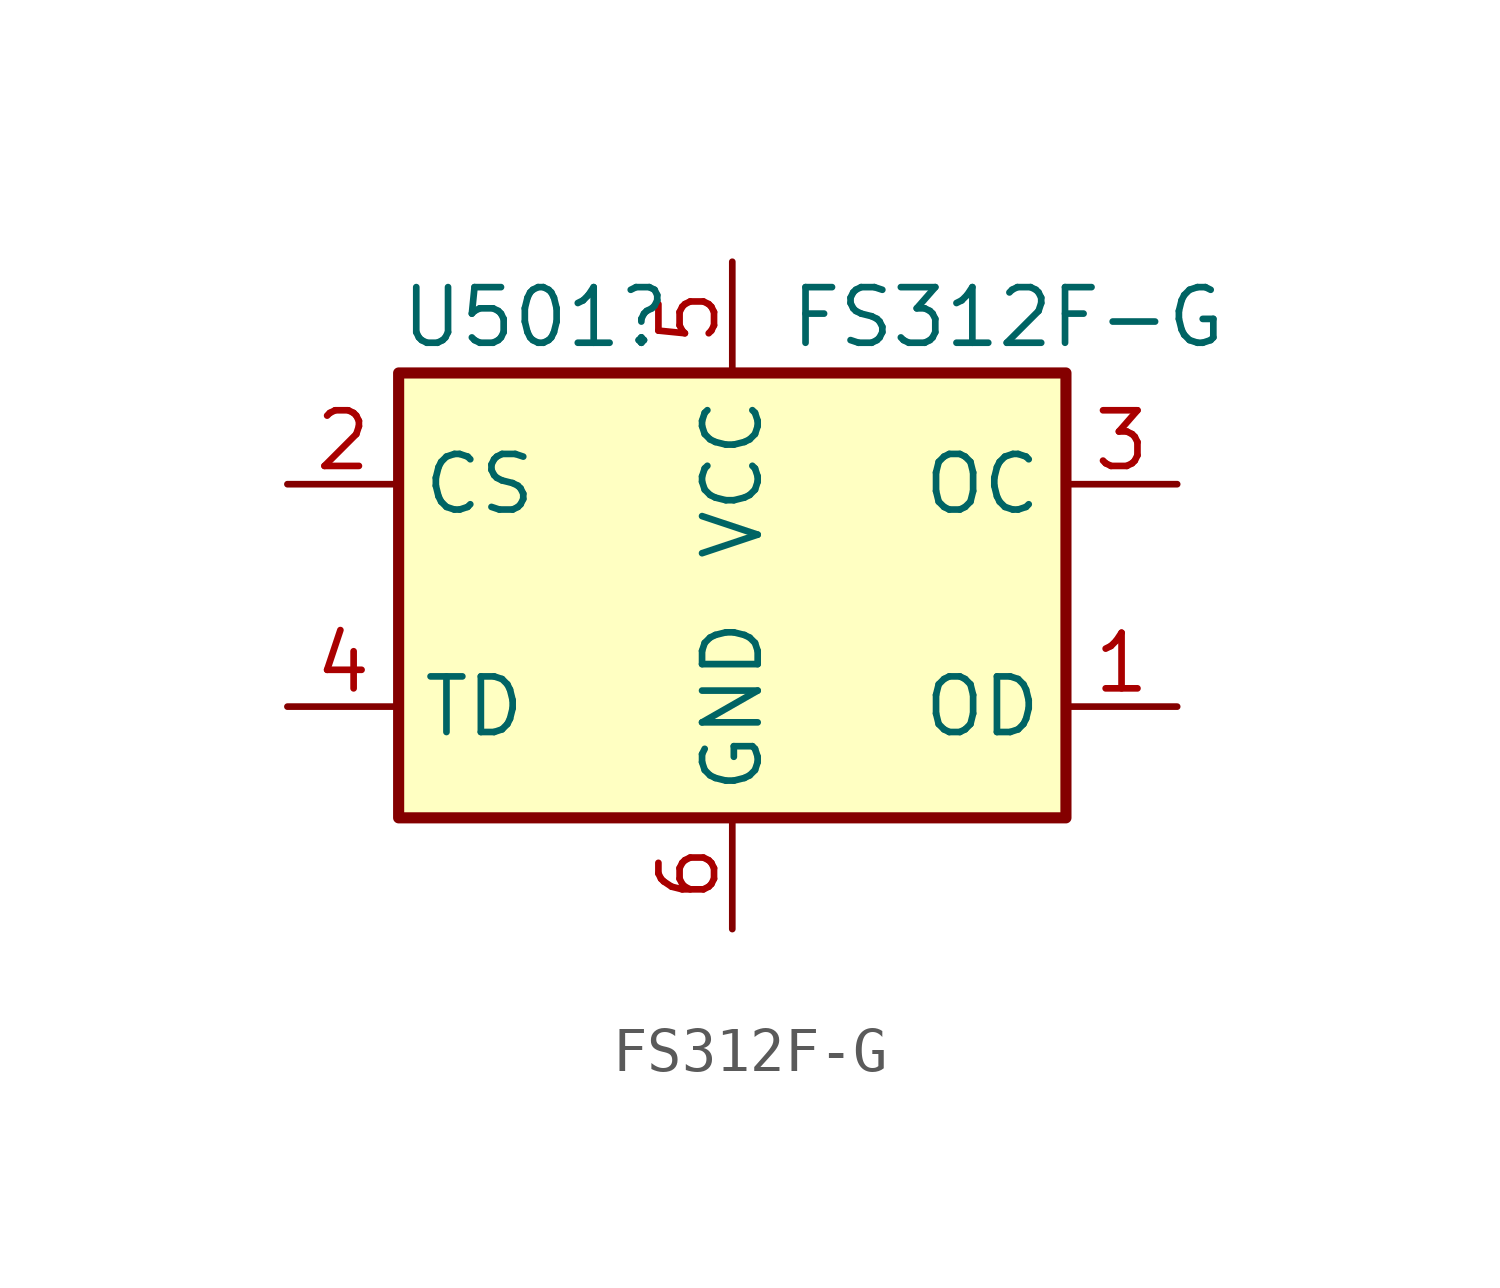
<source format=kicad_sym>
(kicad_symbol_lib
  (version 20220914)
  (generator kicad_symbol_editor)
  (symbol "FS312F-G"
    (property "Reference" "U501"
      (at -7.62 6.35 0)
      (effects (font (size 1.27 1.27)) (justify left)))
    (property "Value" "FS312F-G"
      (at 1.27 6.35 0)
      (effects (font (size 1.27 1.27)) (justify left)))
    (symbol "FS312F-G_0_1"
      (rectangle (start -7.62 5.08) (end 7.62 -5.08) (stroke (width 0.254) (type default)) (fill (type background))))
    (symbol "FS312F-G_1_1"
      (pin output line (at 10.16 -2.54 180) (length 2.54) (name "OD" (effects (font (size 1.27 1.27)))) (number "1" (effects (font (size 1.27 1.27)))))
      (pin input line (at -10.16 2.54 0) (length 2.54) (name "CS" (effects (font (size 1.27 1.27)))) (number "2" (effects (font (size 1.27 1.27)))))
      (pin output line (at 10.16 2.54 180) (length 2.54) (name "OC" (effects (font (size 1.27 1.27)))) (number "3" (effects (font (size 1.27 1.27)))))
      (pin passive line (at -10.16 -2.54 0) (length 2.54) (name "TD" (effects (font (size 1.27 1.27)))) (number "4" (effects (font (size 1.27 1.27)))))
      (pin power_in line (at 0 7.62 270) (length 2.54) (name "VCC" (effects (font (size 1.27 1.27)))) (number "5" (effects (font (size 1.27 1.27)))))
      (pin power_in line (at 0 -7.62 90) (length 2.54) (name "GND" (effects (font (size 1.27 1.27)))) (number "6" (effects (font (size 1.27 1.27))))))))
</source>
